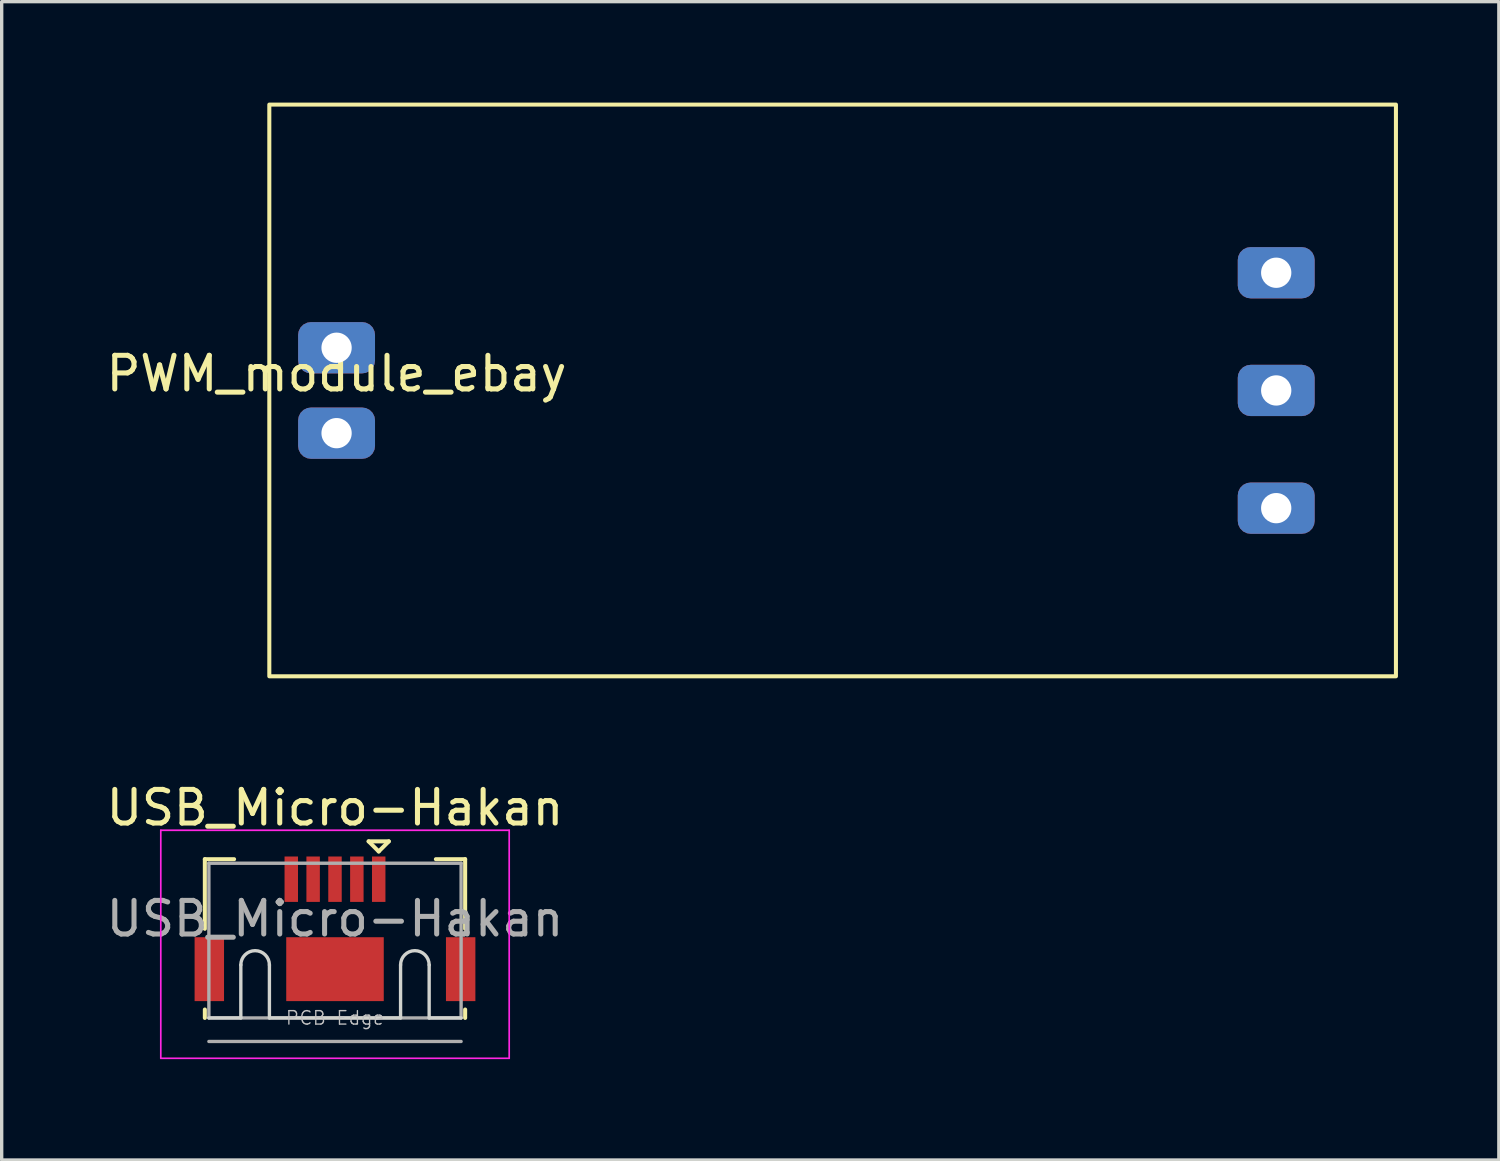
<source format=kicad_pcb>
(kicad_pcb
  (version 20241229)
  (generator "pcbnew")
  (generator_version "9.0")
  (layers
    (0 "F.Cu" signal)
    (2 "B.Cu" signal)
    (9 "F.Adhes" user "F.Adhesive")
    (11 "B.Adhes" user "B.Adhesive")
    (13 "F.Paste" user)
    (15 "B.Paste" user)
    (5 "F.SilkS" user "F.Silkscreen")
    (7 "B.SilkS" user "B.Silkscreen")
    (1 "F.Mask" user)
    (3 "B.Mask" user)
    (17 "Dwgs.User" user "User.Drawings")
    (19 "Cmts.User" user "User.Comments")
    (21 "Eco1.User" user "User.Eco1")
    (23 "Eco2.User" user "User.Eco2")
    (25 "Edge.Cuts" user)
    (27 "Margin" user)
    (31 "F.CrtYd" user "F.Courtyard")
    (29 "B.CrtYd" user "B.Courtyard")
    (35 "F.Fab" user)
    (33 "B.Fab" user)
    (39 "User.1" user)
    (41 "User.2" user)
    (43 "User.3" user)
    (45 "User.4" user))
  (footprint "USB_Micro-Hakan"
    (layer "F.Cu")
    (at 6.911 25.768)
    (property "Reference" "USB_Micro-Hakan" (at 0 -4.8 180) (layer "F.SilkS") (effects (font (size 1 1) (thickness 0.15))))
    (attr smd)
    (fp_line (start -3.87 -3.27) (end -3.87 -1.2) (stroke (width 0.12) (type solid)) (layer "F.SilkS"))
    (fp_line (start -3.87 -3.27) (end -3 -3.27) (stroke (width 0.12) (type solid)) (layer "F.SilkS"))
    (fp_line (start -3.87 1.2) (end -3.87 1.45) (stroke (width 0.12) (type solid)) (layer "F.SilkS"))
    (fp_line (start 1 -3.8) (end 1.6 -3.8) (stroke (width 0.12) (type solid)) (layer "F.SilkS"))
    (fp_line (start 1.3 -3.5) (end 1 -3.8) (stroke (width 0.12) (type solid)) (layer "F.SilkS"))
    (fp_line (start 1.3 -3.5) (end 1.6 -3.8) (stroke (width 0.12) (type solid)) (layer "F.SilkS"))
    (fp_line (start 3 -3.27) (end 3.87 -3.27) (stroke (width 0.12) (type solid)) (layer "F.SilkS"))
    (fp_line (start 3.87 -3.27) (end 3.87 -1.2) (stroke (width 0.12) (type solid)) (layer "F.SilkS"))
    (fp_line (start 3.87 1.2) (end 3.87 1.45) (stroke (width 0.12) (type solid)) (layer "F.SilkS"))
    (fp_line (start -3.75 1.45) (end -2.8 1.45) (stroke (width 0.1) (type solid)) (layer "Edge.Cuts"))
    (fp_line (start -2.8 -0.125) (end -2.8 1.45) (stroke (width 0.1) (type solid)) (layer "Edge.Cuts"))
    (fp_line (start -1.95 -0.125) (end -1.95 1.45) (stroke (width 0.1) (type solid)) (layer "Edge.Cuts"))
    (fp_line (start -1.95 1.45) (end 1.95 1.45) (stroke (width 0.1) (type solid)) (layer "Edge.Cuts"))
    (fp_line (start 1.95 -0.125) (end 1.95 1.45) (stroke (width 0.1) (type solid)) (layer "Edge.Cuts"))
    (fp_line (start 2.8 -0.125) (end 2.8 1.45) (stroke (width 0.1) (type solid)) (layer "Edge.Cuts"))
    (fp_line (start 2.8 1.45) (end 3.75 1.45) (stroke (width 0.1) (type solid)) (layer "Edge.Cuts"))
    (fp_arc (start -2.8 -0.125) (mid -2.375 -0.55) (end -1.95 -0.125) (stroke (width 0.1) (type solid)) (layer "Edge.Cuts"))
    (fp_arc (start 1.95 -0.125) (mid 2.375 -0.55) (end 2.8 -0.125) (stroke (width 0.1) (type solid)) (layer "Edge.Cuts"))
    (fp_line (start -5.18 -4.13) (end -5.18 2.65) (stroke (width 0.05) (type solid)) (layer "F.CrtYd"))
    (fp_line (start -5.18 -4.13) (end 5.18 -4.13) (stroke (width 0.05) (type solid)) (layer "F.CrtYd"))
    (fp_line (start -5.18 2.65) (end 5.18 2.65) (stroke (width 0.05) (type solid)) (layer "F.CrtYd"))
    (fp_line (start 5.18 -4.13) (end 5.18 2.65) (stroke (width 0.05) (type solid)) (layer "F.CrtYd"))
    (fp_line (start -3.75 -3.15) (end -3.75 1.45) (stroke (width 0.1) (type solid)) (layer "F.Fab"))
    (fp_line (start -3.75 -3.15) (end 3.75 -3.15) (stroke (width 0.1) (type solid)) (layer "F.Fab"))
    (fp_line (start -3.75 1.45) (end 3.75 1.45) (stroke (width 0.1) (type solid)) (layer "F.Fab"))
    (fp_line (start -3.75 2.15) (end 3.75 2.15) (stroke (width 0.1) (type solid)) (layer "F.Fab"))
    (fp_line (start 3.75 -3.15) (end 3.75 1.45) (stroke (width 0.1) (type solid)) (layer "F.Fab"))
    (fp_text user "PCB Edge" (at 0 1.45 0) (layer "Dwgs.User") (effects (font (size 0.4 0.4) (thickness 0.04))))
    (fp_text user "${REFERENCE}" (at 0 -1.5 0) (layer "F.Fab") (effects (font (size 1 1) (thickness 0.15))))
    (pad "" smd rect (at -3.5 0) (size 0.3 0.85) (layers "F.Paste"))
    (pad "" smd rect (at 3.5 0) (size 0.3 0.85) (layers "F.Paste"))
    (pad "1" smd rect (at 1.3 -2.675) (size 0.4 1.35) (layers "F.Cu" "F.Mask" "F.Paste"))
    (pad "2" smd rect (at 0.65 -2.675) (size 0.4 1.35) (layers "F.Cu" "F.Mask" "F.Paste"))
    (pad "3" smd rect (at 0 -2.675) (size 0.4 1.35) (layers "F.Cu" "F.Mask" "F.Paste"))
    (pad "4" smd rect (at -0.65 -2.675) (size 0.4 1.35) (layers "F.Cu" "F.Mask" "F.Paste"))
    (pad "5" smd rect (at -1.3 -2.675) (size 0.4 1.35) (layers "F.Cu" "F.Mask" "F.Paste"))
    (pad "6" smd rect (at -3.737 0) (size 0.875 1.9) (layers "F.Cu" "F.Mask"))
    (pad "6" smd rect (at 0 0) (size 2.9 1.9) (layers "F.Cu" "F.Mask" "F.Paste"))
    (pad "6" smd rect (at 3.737 0) (size 0.875 1.9) (layers "F.Cu" "F.Mask")))
  (footprint "PWM_module_ebay"
    (layer "F.Cu")
    (at 6.958 8.56)
    (property "Reference" "PWM_module_ebay" (at 0 -0.5 0) (unlocked yes) (layer "F.SilkS") (effects (font (size 1 1) (thickness 0.15))))
    (attr smd)
    (fp_rect (start -2 -8.5) (end 31.5 8.5) (stroke (width 0.12) (type solid)) (fill no) (layer "F.SilkS"))
    (pad "1" thru_hole roundrect (at 0 -1.27) (size 2.286 1.524) (drill 0.9) (layers "*.Cu" "*.Mask") (roundrect_rratio 0.25))
    (pad "2" thru_hole roundrect (at 0 1.27) (size 2.286 1.524) (drill 0.9) (layers "*.Cu" "*.Mask") (roundrect_rratio 0.25))
    (pad "3" thru_hole roundrect (at 27.94 -3.5) (size 2.286 1.524) (drill 0.9) (layers "*.Cu" "*.Mask") (roundrect_rratio 0.25))
    (pad "4" thru_hole roundrect (at 27.94 0) (size 2.286 1.524) (drill 0.9) (layers "*.Cu" "*.Mask") (roundrect_rratio 0.25))
    (pad "5" thru_hole roundrect (at 27.94 3.5) (size 2.286 1.524) (drill 0.9) (layers "*.Cu" "*.Mask") (roundrect_rratio 0.25)))
  (gr_rect
    (start -3 -3)
    (end 41.518 31.443)
    (stroke (width 0.1) (type default))
    (fill no)
    (layer "Edge.Cuts")))
</source>
